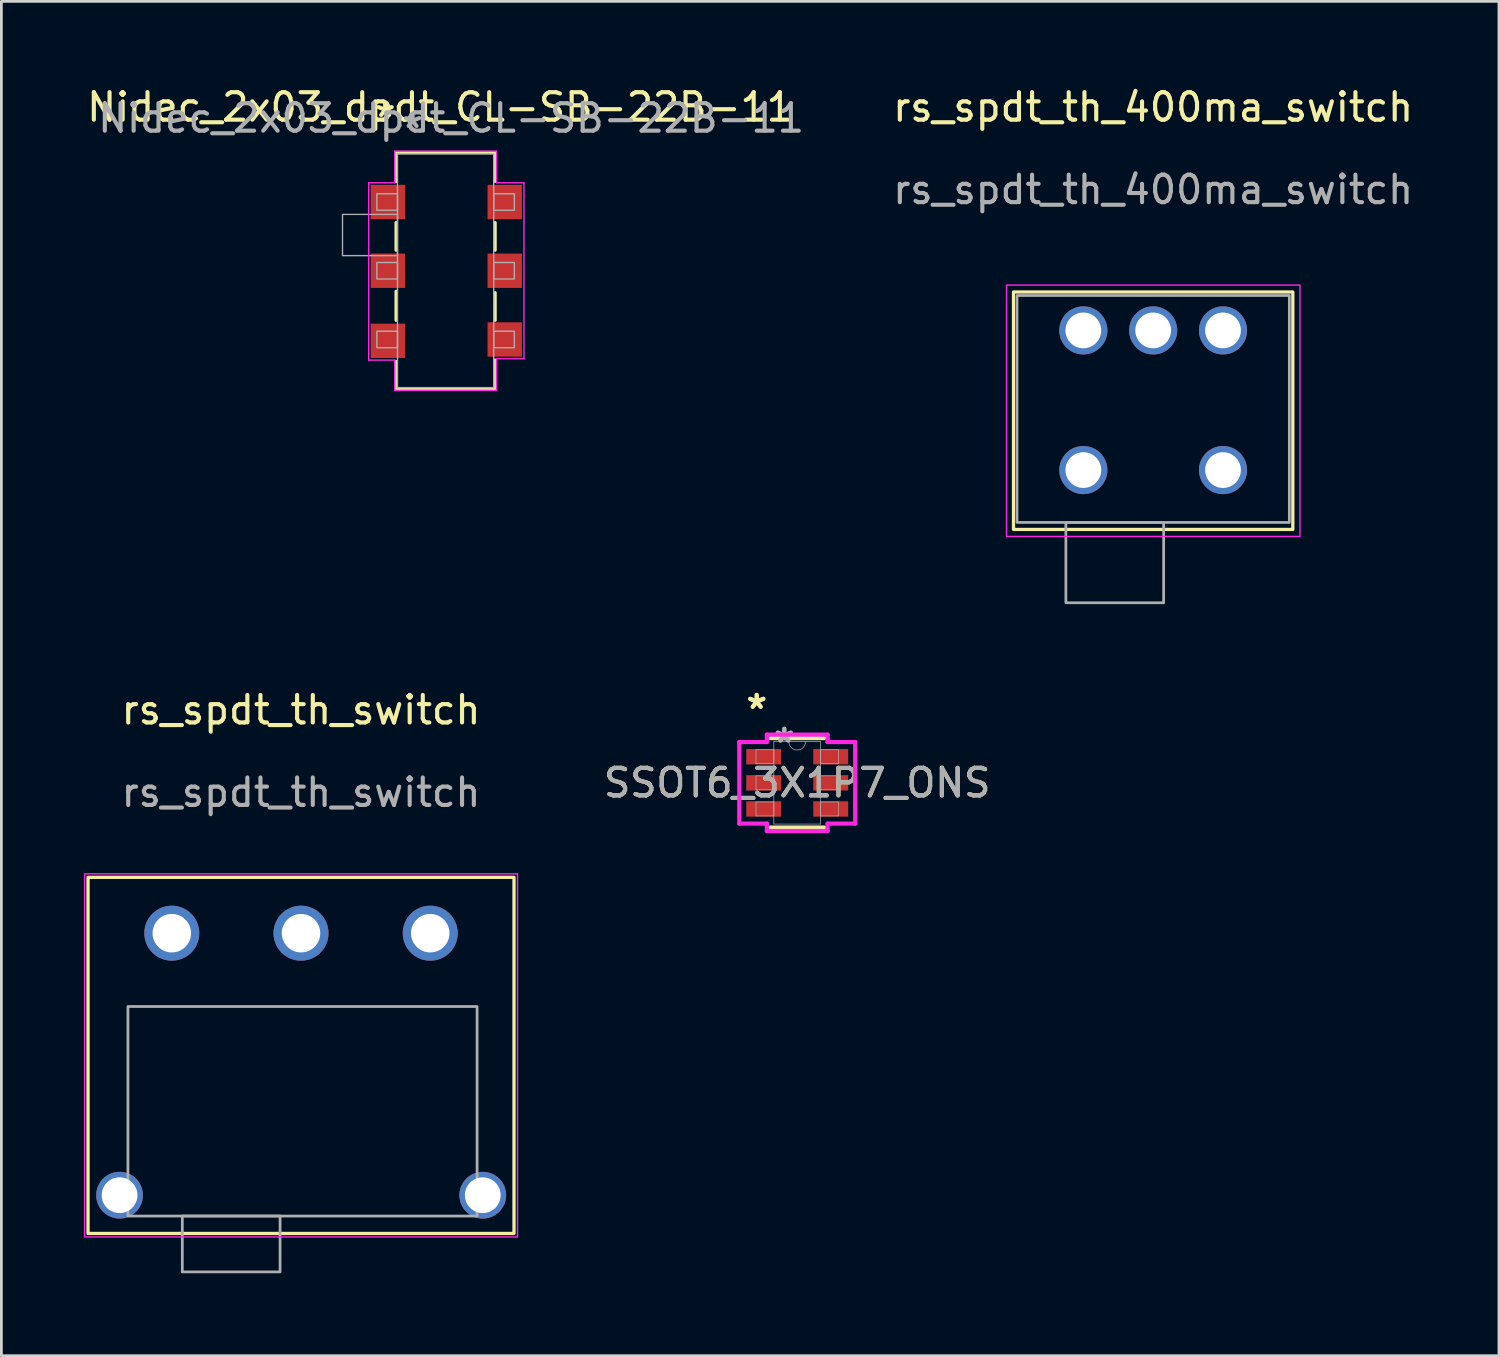
<source format=kicad_pcb>
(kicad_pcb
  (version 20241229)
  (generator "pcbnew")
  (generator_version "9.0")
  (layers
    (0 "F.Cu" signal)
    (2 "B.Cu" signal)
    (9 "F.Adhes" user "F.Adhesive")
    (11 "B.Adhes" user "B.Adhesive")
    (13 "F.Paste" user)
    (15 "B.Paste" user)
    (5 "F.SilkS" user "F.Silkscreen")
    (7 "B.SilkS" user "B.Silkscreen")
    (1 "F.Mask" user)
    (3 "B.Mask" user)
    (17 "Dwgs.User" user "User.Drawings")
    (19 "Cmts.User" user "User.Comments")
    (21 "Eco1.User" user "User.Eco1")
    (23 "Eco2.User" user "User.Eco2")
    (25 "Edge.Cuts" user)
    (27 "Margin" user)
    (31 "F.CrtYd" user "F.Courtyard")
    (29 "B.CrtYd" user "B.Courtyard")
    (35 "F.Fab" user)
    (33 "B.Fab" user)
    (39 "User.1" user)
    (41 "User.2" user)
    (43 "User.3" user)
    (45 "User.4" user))
  (footprint "Nidec_2x03_dpdt_CL-SB-22B-11"
    (layer "F.Cu")
    (at 13.208 6.798)
    (property "Reference" "Nidec_2x03_dpdt_CL-SB-22B-11" (at -0.25 -5.95 0) (unlocked yes) (layer "F.SilkS") (effects (font (size 1 1) (thickness 0.15))))
    (attr smd)
    (fp_line (start -1.85 -4.3) (end -1.85 -3.25) (stroke (width 0.12) (type solid)) (layer "F.SilkS"))
    (fp_line (start -1.85 -4.3) (end 1.75 -4.3) (stroke (width 0.12) (type solid)) (layer "F.SilkS"))
    (fp_line (start -1.85 -1.75) (end -1.85 -0.75) (stroke (width 0.12) (type solid)) (layer "F.SilkS"))
    (fp_line (start -1.85 0.75) (end -1.85 1.8) (stroke (width 0.12) (type solid)) (layer "F.SilkS"))
    (fp_line (start -1.85 3.3) (end -1.85 4.3) (stroke (width 0.12) (type solid)) (layer "F.SilkS"))
    (fp_line (start -1.85 4.3) (end 1.75 4.3) (stroke (width 0.12) (type solid)) (layer "F.SilkS"))
    (fp_line (start 1.75 -4.3) (end 1.75 -3.25) (stroke (width 0.12) (type solid)) (layer "F.SilkS"))
    (fp_line (start 1.75 -1.75) (end 1.75 -0.75) (stroke (width 0.12) (type solid)) (layer "F.SilkS"))
    (fp_line (start 1.75 0.8) (end 1.75 1.8) (stroke (width 0.12) (type solid)) (layer "F.SilkS"))
    (fp_line (start 1.75 4.3) (end 1.75 3.25) (stroke (width 0.12) (type solid)) (layer "F.SilkS"))
    (fp_line (start -2.85 -3.2) (end -1.9 -3.2) (stroke (width 0.05) (type solid)) (layer "F.CrtYd"))
    (fp_line (start -2.85 3.25) (end -2.85 -3.2) (stroke (width 0.05) (type solid)) (layer "F.CrtYd"))
    (fp_line (start -1.9 -4.35) (end 1.8 -4.35) (stroke (width 0.05) (type solid)) (layer "F.CrtYd"))
    (fp_line (start -1.9 -3.2) (end -1.9 -4.35) (stroke (width 0.05) (type solid)) (layer "F.CrtYd"))
    (fp_line (start -1.9 3.25) (end -2.85 3.25) (stroke (width 0.05) (type solid)) (layer "F.CrtYd"))
    (fp_line (start -1.9 4.35) (end -1.9 3.25) (stroke (width 0.05) (type solid)) (layer "F.CrtYd"))
    (fp_line (start 1.8 -4.35) (end 1.8 -3.2) (stroke (width 0.05) (type solid)) (layer "F.CrtYd"))
    (fp_line (start 1.8 -3.2) (end 2.8 -3.2) (stroke (width 0.05) (type solid)) (layer "F.CrtYd"))
    (fp_line (start 1.8 3.2) (end 1.8 4.35) (stroke (width 0.05) (type solid)) (layer "F.CrtYd"))
    (fp_line (start 1.8 4.35) (end -1.9 4.35) (stroke (width 0.05) (type solid)) (layer "F.CrtYd"))
    (fp_line (start 2.8 -3.2) (end 2.8 3.2) (stroke (width 0.05) (type solid)) (layer "F.CrtYd"))
    (fp_line (start 2.8 3.2) (end 1.8 3.2) (stroke (width 0.05) (type solid)) (layer "F.CrtYd"))
    (fp_rect (start -2.55 -2.8) (end -1.8 -2.2) (stroke (width 0.05) (type solid)) (fill no) (layer "F.Fab"))
    (fp_rect (start -2.55 -0.3) (end -1.8 0.3) (stroke (width 0.05) (type solid)) (fill no) (layer "F.Fab"))
    (fp_rect (start -2.55 2.2) (end -1.8 2.8) (stroke (width 0.05) (type solid)) (fill no) (layer "F.Fab"))
    (fp_rect (start -1.8 -4.25) (end 1.7 4.25) (stroke (width 0.05) (type solid)) (fill no) (layer "F.Fab"))
    (fp_rect (start -1.8 -2.05) (end -3.8 -0.55) (stroke (width 0.05) (type solid)) (fill no) (layer "F.Fab"))
    (fp_rect (start 1.7 -2.8) (end 2.45 -2.2) (stroke (width 0.05) (type solid)) (fill no) (layer "F.Fab"))
    (fp_rect (start 1.7 -0.3) (end 2.45 0.3) (stroke (width 0.05) (type solid)) (fill no) (layer "F.Fab"))
    (fp_rect (start 1.7 2.2) (end 2.45 2.8) (stroke (width 0.05) (type solid)) (fill no) (layer "F.Fab"))
    (fp_text user "*" (at -2.25 -5.55 0) (layer "F.SilkS") (effects (font (size 1 1) (thickness 0.15))))
    (fp_text user "*" (at -1.25 -5.15 0) (unlocked yes) (layer "F.Fab") (effects (font (size 1 1) (thickness 0.15))))
    (fp_text user "${REFERENCE}" (at 0.15 -5.55 0) (unlocked yes) (layer "F.Fab") (effects (font (size 1 1) (thickness 0.15))))
    (pad "1" smd rect (at -2.15 -2.5) (size 1.25 1.25) (layers "F.Cu" "F.Mask" "F.Paste"))
    (pad "2" smd rect (at -2.15 0) (size 1.25 1.25) (layers "F.Cu" "F.Mask" "F.Paste"))
    (pad "3" smd rect (at -2.15 2.55) (size 1.25 1.25) (layers "F.Cu" "F.Mask" "F.Paste"))
    (pad "4" smd rect (at 2.1 -2.5) (size 1.25 1.25) (layers "F.Cu" "F.Mask" "F.Paste"))
    (pad "5" smd rect (at 2.1 0) (size 1.25 1.25) (layers "F.Cu" "F.Mask" "F.Paste"))
    (pad "6" smd rect (at 2.1 2.5) (size 1.25 1.25) (layers "F.Cu" "F.Mask" "F.Paste")))
  (footprint "rs_spdt_th_switch"
    (layer "F.Cu")
    (at 7.899 23.273)
    (property "Reference" "rs_spdt_th_switch" (at 0 -0.5 0) (unlocked yes) (layer "F.SilkS") (effects (font (size 1 1) (thickness 0.15))))
    (attr through_hole)
    (fp_rect (start -7.747 5.588) (end 7.747 18.542) (stroke (width 0.12) (type solid)) (fill no) (layer "F.SilkS"))
    (fp_rect (start -7.874 5.461) (end 7.874 18.669) (stroke (width 0.05) (type solid)) (fill no) (layer "F.CrtYd"))
    (fp_rect (start -6.296 10.287) (end 6.404 17.907) (stroke (width 0.1) (type solid)) (fill no) (layer "F.Fab"))
    (fp_rect (start -4.318 17.907) (end -0.762 19.939) (stroke (width 0.1) (type solid)) (fill no) (layer "F.Fab"))
    (fp_text user "${REFERENCE}" (at 0 2.5 0) (unlocked yes) (layer "F.Fab") (effects (font (size 1 1) (thickness 0.15))))
    (pad "" thru_hole oval (at -6.6 17.15 90) (size 1.7 1.7) (drill 1.3) (layers "*.Cu" "*.Mask"))
    (pad "" thru_hole oval (at 6.61 17.15 90) (size 1.7 1.7) (drill 1.3) (layers "*.Cu" "*.Mask"))
    (pad "1" thru_hole oval (at -4.7 7.62) (size 2 2) (drill 1.4) (layers "*.Cu" "*.Mask"))
    (pad "2" thru_hole oval (at 0 7.62) (size 2 2) (drill 1.4) (layers "*.Cu" "*.Mask"))
    (pad "3" thru_hole oval (at 4.7 7.62) (size 2 2) (drill 1.4) (layers "*.Cu" "*.Mask")))
  (footprint "SSOT6_3X1P7_ONS"
    (layer "F.Cu")
    (at 25.947 25.424)
    (property "Reference" "SSOT6_3X1P7_ONS" (at 0 0 0) (unlocked yes) (layer "F.SilkS") (effects (font (size 1 1) (thickness 0.15))))
    (attr smd)
    (fp_line (start -0.978 1.626) (end 0.978 1.626) (stroke (width 0.152) (type solid)) (layer "F.SilkS"))
    (fp_line (start 0.978 -1.626) (end -0.978 -1.626) (stroke (width 0.152) (type solid)) (layer "F.SilkS"))
    (fp_line (start -2.108 -1.483) (end -1.105 -1.483) (stroke (width 0.152) (type solid)) (layer "F.CrtYd"))
    (fp_line (start -2.108 1.483) (end -2.108 -1.483) (stroke (width 0.152) (type solid)) (layer "F.CrtYd"))
    (fp_line (start -2.108 1.483) (end -1.105 1.483) (stroke (width 0.152) (type solid)) (layer "F.CrtYd"))
    (fp_line (start -1.105 -1.753) (end 1.105 -1.753) (stroke (width 0.152) (type solid)) (layer "F.CrtYd"))
    (fp_line (start -1.105 -1.483) (end -1.105 -1.753) (stroke (width 0.152) (type solid)) (layer "F.CrtYd"))
    (fp_line (start -1.105 1.753) (end -1.105 1.483) (stroke (width 0.152) (type solid)) (layer "F.CrtYd"))
    (fp_line (start 1.105 -1.753) (end 1.105 -1.483) (stroke (width 0.152) (type solid)) (layer "F.CrtYd"))
    (fp_line (start 1.105 1.483) (end 1.105 1.753) (stroke (width 0.152) (type solid)) (layer "F.CrtYd"))
    (fp_line (start 1.105 1.753) (end -1.105 1.753) (stroke (width 0.152) (type solid)) (layer "F.CrtYd"))
    (fp_line (start 2.108 -1.483) (end 1.105 -1.483) (stroke (width 0.152) (type solid)) (layer "F.CrtYd"))
    (fp_line (start 2.108 -1.483) (end 2.108 1.483) (stroke (width 0.152) (type solid)) (layer "F.CrtYd"))
    (fp_line (start 2.108 1.483) (end 1.105 1.483) (stroke (width 0.152) (type solid)) (layer "F.CrtYd"))
    (fp_line (start -1.499 -1.204) (end -1.499 -0.696) (stroke (width 0.025) (type solid)) (layer "F.Fab"))
    (fp_line (start -1.499 -0.696) (end -0.851 -0.696) (stroke (width 0.025) (type solid)) (layer "F.Fab"))
    (fp_line (start -1.499 -0.254) (end -1.499 0.254) (stroke (width 0.025) (type solid)) (layer "F.Fab"))
    (fp_line (start -1.499 0.254) (end -0.851 0.254) (stroke (width 0.025) (type solid)) (layer "F.Fab"))
    (fp_line (start -1.499 0.696) (end -1.499 1.204) (stroke (width 0.025) (type solid)) (layer "F.Fab"))
    (fp_line (start -1.499 1.204) (end -0.851 1.204) (stroke (width 0.025) (type solid)) (layer "F.Fab"))
    (fp_line (start -0.851 -1.499) (end -0.851 1.499) (stroke (width 0.025) (type solid)) (layer "F.Fab"))
    (fp_line (start -0.851 -1.204) (end -1.499 -1.204) (stroke (width 0.025) (type solid)) (layer "F.Fab"))
    (fp_line (start -0.851 -0.696) (end -0.851 -1.204) (stroke (width 0.025) (type solid)) (layer "F.Fab"))
    (fp_line (start -0.851 -0.254) (end -1.499 -0.254) (stroke (width 0.025) (type solid)) (layer "F.Fab"))
    (fp_line (start -0.851 0.254) (end -0.851 -0.254) (stroke (width 0.025) (type solid)) (layer "F.Fab"))
    (fp_line (start -0.851 0.696) (end -1.499 0.696) (stroke (width 0.025) (type solid)) (layer "F.Fab"))
    (fp_line (start -0.851 1.204) (end -0.851 0.696) (stroke (width 0.025) (type solid)) (layer "F.Fab"))
    (fp_line (start -0.851 1.499) (end 0.851 1.499) (stroke (width 0.025) (type solid)) (layer "F.Fab"))
    (fp_line (start 0.851 -1.499) (end -0.851 -1.499) (stroke (width 0.025) (type solid)) (layer "F.Fab"))
    (fp_line (start 0.851 -1.204) (end 0.851 -0.696) (stroke (width 0.025) (type solid)) (layer "F.Fab"))
    (fp_line (start 0.851 -0.696) (end 1.499 -0.696) (stroke (width 0.025) (type solid)) (layer "F.Fab"))
    (fp_line (start 0.851 -0.254) (end 0.851 0.254) (stroke (width 0.025) (type solid)) (layer "F.Fab"))
    (fp_line (start 0.851 0.254) (end 1.499 0.254) (stroke (width 0.025) (type solid)) (layer "F.Fab"))
    (fp_line (start 0.851 0.696) (end 0.851 1.204) (stroke (width 0.025) (type solid)) (layer "F.Fab"))
    (fp_line (start 0.851 1.204) (end 1.499 1.204) (stroke (width 0.025) (type solid)) (layer "F.Fab"))
    (fp_line (start 0.851 1.499) (end 0.851 -1.499) (stroke (width 0.025) (type solid)) (layer "F.Fab"))
    (fp_line (start 1.499 -1.204) (end 0.851 -1.204) (stroke (width 0.025) (type solid)) (layer "F.Fab"))
    (fp_line (start 1.499 -0.696) (end 1.499 -1.204) (stroke (width 0.025) (type solid)) (layer "F.Fab"))
    (fp_line (start 1.499 -0.254) (end 0.851 -0.254) (stroke (width 0.025) (type solid)) (layer "F.Fab"))
    (fp_line (start 1.499 0.254) (end 1.499 -0.254) (stroke (width 0.025) (type solid)) (layer "F.Fab"))
    (fp_line (start 1.499 0.696) (end 0.851 0.696) (stroke (width 0.025) (type solid)) (layer "F.Fab"))
    (fp_line (start 1.499 1.204) (end 1.499 0.696) (stroke (width 0.025) (type solid)) (layer "F.Fab"))
    (fp_arc (start 0.3048 -1.4986) (mid 0 -1.1938) (end -0.3048 -1.4986) (stroke (width 0.0254) (type solid)) (layer "F.Fab"))
    (fp_text user "*" (at -1.473 -2.652 0) (unlocked yes) (layer "F.SilkS") (effects (font (size 1 1) (thickness 0.15))))
    (fp_text user "*" (at -1.473 -2.652 0) (layer "F.SilkS") (effects (font (size 1 1) (thickness 0.15))))
    (fp_text user "${REFERENCE}" (at 0 0 0) (unlocked yes) (layer "F.Fab") (effects (font (size 1 1) (thickness 0.15))))
    (fp_text user "*" (at -0.47 -1.422 0) (unlocked yes) (layer "F.Fab") (effects (font (size 1 1) (thickness 0.15))))
    (fp_text user "*" (at -0.47 -1.422 0) (layer "F.Fab") (effects (font (size 1 1) (thickness 0.15))))
    (pad "1" smd rect (at -1.219 -0.95) (size 1.27 0.559) (layers "F.Cu" "F.Mask" "F.Paste"))
    (pad "2" smd rect (at -1.219 0) (size 1.27 0.559) (layers "F.Cu" "F.Mask" "F.Paste"))
    (pad "3" smd rect (at -1.219 0.95) (size 1.27 0.559) (layers "F.Cu" "F.Mask" "F.Paste"))
    (pad "4" smd rect (at 1.219 0.95) (size 1.27 0.559) (layers "F.Cu" "F.Mask" "F.Paste"))
    (pad "5" smd rect (at 1.219 0) (size 1.27 0.559) (layers "F.Cu" "F.Mask" "F.Paste"))
    (pad "6" smd rect (at 1.219 -0.95) (size 1.27 0.559) (layers "F.Cu" "F.Mask" "F.Paste")))
  (footprint "rs_spdt_th_400ma_switch"
    (layer "F.Cu")
    (at 38.894 1.348)
    (property "Reference" "rs_spdt_th_400ma_switch" (at 0 -0.5 0) (unlocked yes) (layer "F.SilkS") (effects (font (size 1 1) (thickness 0.15))))
    (attr through_hole)
    (fp_rect (start -5.08 6.223) (end 5.08 14.859) (stroke (width 0.12) (type solid)) (fill no) (layer "F.SilkS"))
    (fp_rect (start -5.334 5.969) (end 5.34 15.113) (stroke (width 0.05) (type solid)) (fill no) (layer "F.CrtYd"))
    (fp_rect (start -4.953 6.35) (end 4.953 14.605) (stroke (width 0.1) (type solid)) (fill no) (layer "F.Fab"))
    (fp_rect (start -3.175 14.605) (end 0.381 17.526) (stroke (width 0.1) (type solid)) (fill no) (layer "F.Fab"))
    (fp_text user "${REFERENCE}" (at 0 2.5 0) (unlocked yes) (layer "F.Fab") (effects (font (size 1 1) (thickness 0.15))))
    (pad "" thru_hole oval (at -2.54 12.7 90) (size 1.75 1.75) (drill 1.3) (layers "*.Cu" "*.Mask"))
    (pad "" thru_hole oval (at 2.54 12.7 90) (size 1.75 1.75) (drill 1.3) (layers "*.Cu" "*.Mask"))
    (pad "1" thru_hole oval (at -2.54 7.62) (size 1.75 1.75) (drill 1.3) (layers "*.Cu" "*.Mask"))
    (pad "2" thru_hole oval (at 0 7.62) (size 1.75 1.75) (drill 1.3) (layers "*.Cu" "*.Mask"))
    (pad "3" thru_hole oval (at 2.54 7.62) (size 1.75 1.75) (drill 1.3) (layers "*.Cu" "*.Mask")))
  (gr_rect
    (start -3 -3)
    (end 51.471 46.261)
    (stroke (width 0.1) (type default))
    (fill no)
    (layer "Edge.Cuts")))
</source>
